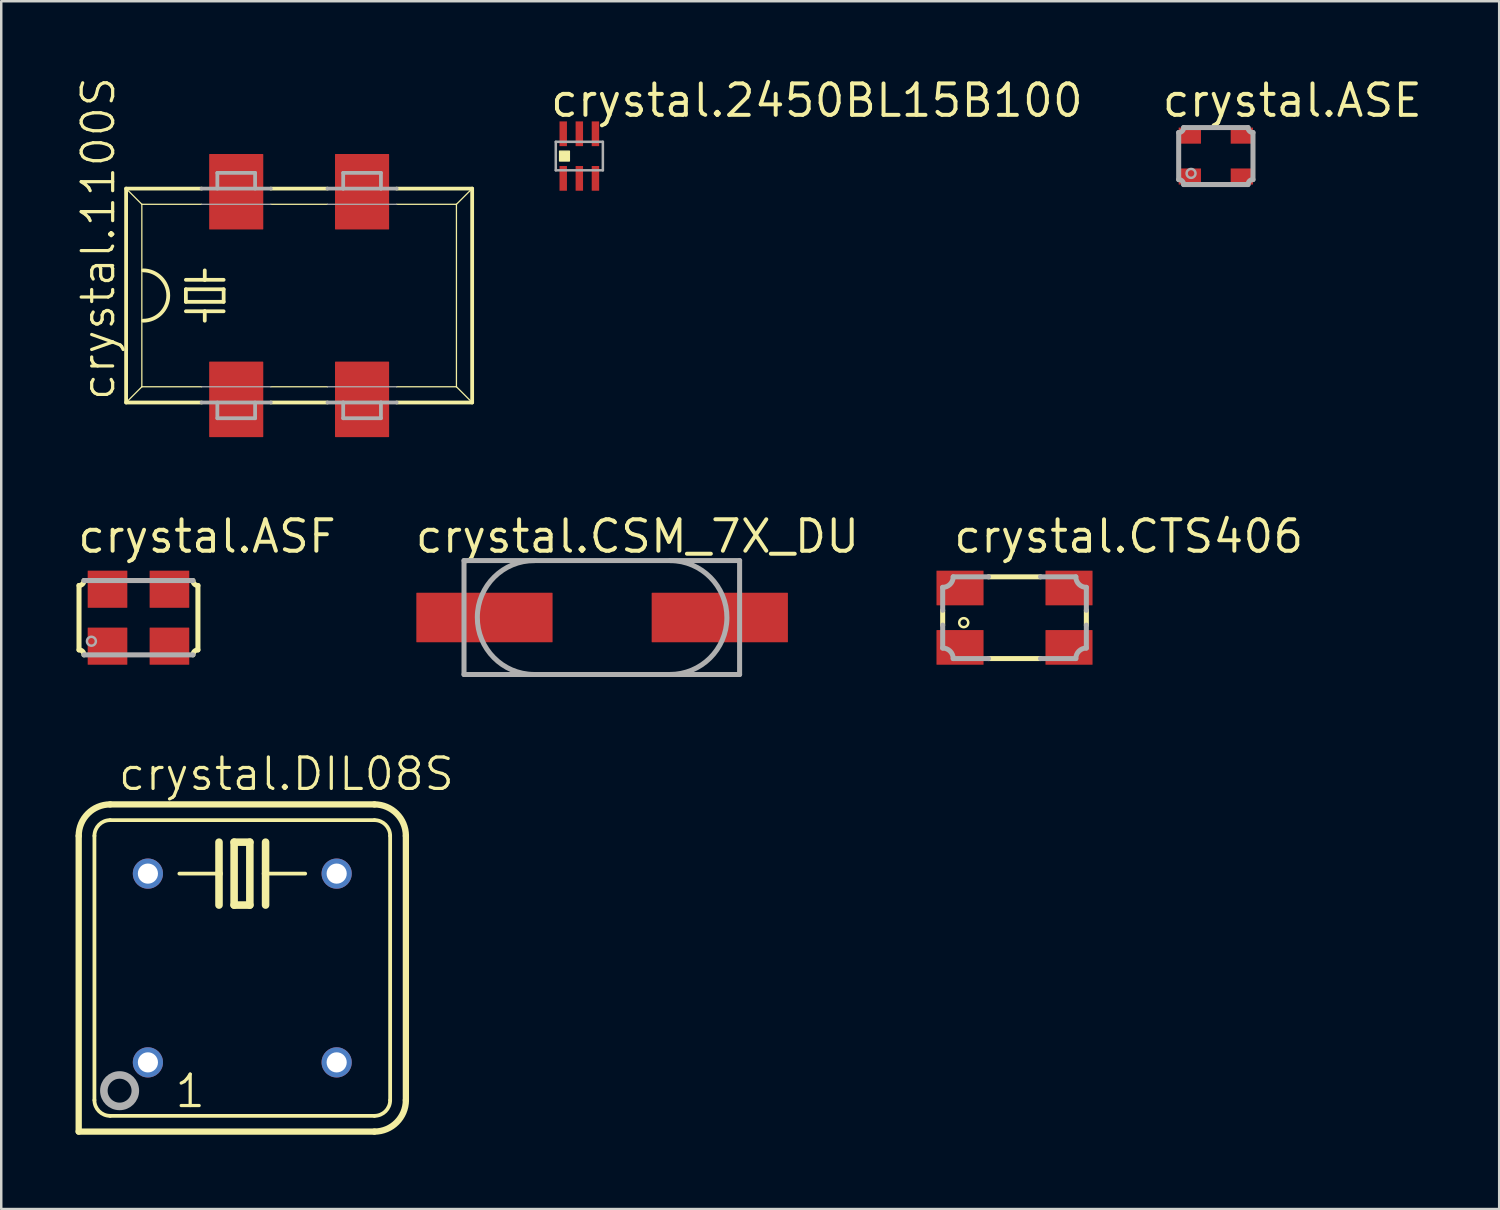
<source format=kicad_pcb>
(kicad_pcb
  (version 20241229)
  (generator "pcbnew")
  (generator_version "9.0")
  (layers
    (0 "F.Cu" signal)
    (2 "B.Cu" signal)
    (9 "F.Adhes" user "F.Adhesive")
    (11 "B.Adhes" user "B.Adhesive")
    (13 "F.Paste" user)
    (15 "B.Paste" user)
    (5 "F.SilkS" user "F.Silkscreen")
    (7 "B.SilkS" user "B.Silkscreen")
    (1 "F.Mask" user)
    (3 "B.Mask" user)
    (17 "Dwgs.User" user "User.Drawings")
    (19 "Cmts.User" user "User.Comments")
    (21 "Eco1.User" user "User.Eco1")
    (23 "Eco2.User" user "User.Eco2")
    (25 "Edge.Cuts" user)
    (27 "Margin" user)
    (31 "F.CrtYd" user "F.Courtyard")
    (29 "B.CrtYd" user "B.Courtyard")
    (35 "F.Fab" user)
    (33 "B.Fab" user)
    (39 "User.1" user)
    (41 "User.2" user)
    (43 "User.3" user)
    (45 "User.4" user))
  (footprint "crystal.DIL08S"
    (layer "F.Cu")
    (at 6.731 36.027)
    (property "Reference" "crystal.DIL08S" (at -5.08 -7.087 0) (layer "F.SilkS") (effects (font (size 1.27 1.27) (thickness 0.13)) (justify left bottom)))
    (attr through_hole)
    (fp_line (start -6.604 6.604) (end -6.604 -5.334) (stroke (width 0.254) (type default)) (layer "F.SilkS"))
    (fp_line (start -6.604 6.604) (end 5.334 6.604) (stroke (width 0.254) (type default)) (layer "F.SilkS"))
    (fp_line (start -5.969 -5.334) (end -5.969 5.334) (stroke (width 0.152) (type default)) (layer "F.SilkS"))
    (fp_line (start -5.334 5.969) (end 5.334 5.969) (stroke (width 0.152) (type default)) (layer "F.SilkS"))
    (fp_line (start -0.94 -5.08) (end -0.94 -3.81) (stroke (width 0.305) (type default)) (layer "F.SilkS"))
    (fp_line (start -0.94 -3.81) (end -2.54 -3.81) (stroke (width 0.152) (type default)) (layer "F.SilkS"))
    (fp_line (start -0.94 -3.81) (end -0.94 -2.54) (stroke (width 0.305) (type default)) (layer "F.SilkS"))
    (fp_line (start -0.33 -5.08) (end -0.33 -2.54) (stroke (width 0.305) (type default)) (layer "F.SilkS"))
    (fp_line (start -0.33 -2.54) (end 0.305 -2.54) (stroke (width 0.305) (type default)) (layer "F.SilkS"))
    (fp_line (start 0.305 -5.08) (end -0.33 -5.08) (stroke (width 0.305) (type default)) (layer "F.SilkS"))
    (fp_line (start 0.305 -2.54) (end 0.305 -5.08) (stroke (width 0.305) (type default)) (layer "F.SilkS"))
    (fp_line (start 0.94 -5.08) (end 0.94 -3.81) (stroke (width 0.305) (type default)) (layer "F.SilkS"))
    (fp_line (start 0.94 -3.81) (end 0.94 -2.54) (stroke (width 0.305) (type default)) (layer "F.SilkS"))
    (fp_line (start 0.94 -3.81) (end 2.54 -3.81) (stroke (width 0.152) (type default)) (layer "F.SilkS"))
    (fp_line (start 5.334 -6.604) (end -5.334 -6.604) (stroke (width 0.254) (type default)) (layer "F.SilkS"))
    (fp_line (start 5.334 -5.969) (end -5.334 -5.969) (stroke (width 0.152) (type default)) (layer "F.SilkS"))
    (fp_line (start 5.969 5.334) (end 5.969 -5.334) (stroke (width 0.152) (type default)) (layer "F.SilkS"))
    (fp_line (start 6.604 5.334) (end 6.604 -5.334) (stroke (width 0.254) (type default)) (layer "F.SilkS"))
    (fp_arc (start -6.604 -5.334) (mid -6.232026 -6.232026) (end -5.334 -6.604) (stroke (width 0.254) (type default)) (layer "F.SilkS"))
    (fp_arc (start -5.969 -5.334) (mid -5.783013 -5.783013) (end -5.334 -5.969) (stroke (width 0.1524) (type default)) (layer "F.SilkS"))
    (fp_arc (start -5.334 5.969) (mid -5.783013 5.783013) (end -5.969 5.334) (stroke (width 0.1524) (type default)) (layer "F.SilkS"))
    (fp_arc (start 5.334 -6.604) (mid 6.232026 -6.232026) (end 6.604 -5.334) (stroke (width 0.254) (type default)) (layer "F.SilkS"))
    (fp_arc (start 5.334 -5.969) (mid 5.783013 -5.783013) (end 5.969 -5.334) (stroke (width 0.1524) (type default)) (layer "F.SilkS"))
    (fp_arc (start 5.969 5.334) (mid 5.783013 5.783013) (end 5.334 5.969) (stroke (width 0.1524) (type default)) (layer "F.SilkS"))
    (fp_arc (start 6.604 5.334) (mid 6.232026 6.232026) (end 5.334 6.604) (stroke (width 0.254) (type default)) (layer "F.SilkS"))
    (fp_circle (center -4.953 4.953) (end -4.318 4.953) (stroke (width 0.305) (type default)) (fill no) (layer "F.Fab"))
    (fp_text user "1" (at -2.794 5.715 0) (layer "F.SilkS") (effects (font (size 1.27 1.27) (thickness 0.13)) (justify left bottom)))
    (pad "1" thru_hole circle (at -3.81 3.81) (size 1.219 1.219) (drill 0.813) (layers "*.Cu" "*.Mask"))
    (pad "4" thru_hole circle (at 3.81 3.81) (size 1.219 1.219) (drill 0.813) (layers "*.Cu" "*.Mask"))
    (pad "5" thru_hole circle (at 3.81 -3.81) (size 1.219 1.219) (drill 0.813) (layers "*.Cu" "*.Mask"))
    (pad "8" thru_hole circle (at -3.81 -3.81) (size 1.219 1.219) (drill 0.813) (layers "*.Cu" "*.Mask")))
  (footprint "crystal.CTS406"
    (layer "F.Cu")
    (at 37.905 21.886)
    (property "Reference" "crystal.CTS406" (at -2.54 -2.54 0) (layer "F.SilkS") (effects (font (size 1.27 1.27) (thickness 0.16)) (justify left bottom)))
    (attr smd)
    (fp_line (start -2.9 0.3) (end -2.9 -0.3) (stroke (width 0.203) (type default)) (layer "F.SilkS"))
    (fp_line (start -1.05 -1.65) (end 1.05 -1.65) (stroke (width 0.203) (type default)) (layer "F.SilkS"))
    (fp_line (start 1.05 1.65) (end -1.05 1.65) (stroke (width 0.203) (type default)) (layer "F.SilkS"))
    (fp_line (start 2.9 -0.3) (end 2.9 0.3) (stroke (width 0.203) (type default)) (layer "F.SilkS"))
    (fp_circle (center -2.05 0.2) (end -1.868 0.2) (stroke (width 0.1) (type default)) (fill no) (layer "F.SilkS"))
    (fp_line (start -2.9 -0.3) (end -2.9 -1.225) (stroke (width 0.203) (type default)) (layer "F.Fab"))
    (fp_line (start -2.9 1.225) (end -2.9 0.3) (stroke (width 0.203) (type default)) (layer "F.Fab"))
    (fp_line (start -2.475 -1.65) (end -1.05 -1.65) (stroke (width 0.203) (type default)) (layer "F.Fab"))
    (fp_line (start -1.05 1.65) (end -2.475 1.65) (stroke (width 0.203) (type default)) (layer "F.Fab"))
    (fp_line (start 1.05 -1.65) (end 2.475 -1.65) (stroke (width 0.203) (type default)) (layer "F.Fab"))
    (fp_line (start 2.475 1.65) (end 1.05 1.65) (stroke (width 0.203) (type default)) (layer "F.Fab"))
    (fp_line (start 2.9 -1.225) (end 2.9 -0.3) (stroke (width 0.203) (type default)) (layer "F.Fab"))
    (fp_line (start 2.9 0.3) (end 2.9 1.225) (stroke (width 0.203) (type default)) (layer "F.Fab"))
    (fp_arc (start -2.9 1.225) (mid -2.600004 1.350004) (end -2.475 1.65) (stroke (width 0.2032) (type default)) (layer "F.Fab"))
    (fp_arc (start -2.475 -1.65) (mid -2.600004 -1.350004) (end -2.9 -1.225) (stroke (width 0.2032) (type default)) (layer "F.Fab"))
    (fp_arc (start 2.475 1.65) (mid 2.600004 1.350004) (end 2.9 1.225) (stroke (width 0.2032) (type default)) (layer "F.Fab"))
    (fp_arc (start 2.9 -1.225) (mid 2.600004 -1.350004) (end 2.475 -1.65) (stroke (width 0.2032) (type default)) (layer "F.Fab"))
    (pad "1" smd roundrect (at -2.2 1.2) (size 1.9 1.4) (layers "F.Cu" "F.Mask" "F.Paste") (roundrect_rratio 0.01))
    (pad "2" smd roundrect (at 2.2 1.2) (size 1.9 1.4) (layers "F.Cu" "F.Mask" "F.Paste") (roundrect_rratio 0.01))
    (pad "3" smd roundrect (at 2.2 -1.2) (size 1.9 1.4) (layers "F.Cu" "F.Mask" "F.Paste") (roundrect_rratio 0.01))
    (pad "4" smd roundrect (at -2.2 -1.2) (size 1.9 1.4) (layers "F.Cu" "F.Mask" "F.Paste") (roundrect_rratio 0.01)))
  (footprint "crystal.ASE"
    (layer "F.Cu")
    (at 46.032 3.25)
    (property "Reference" "crystal.ASE" (at -2.25 -1.5 0) (layer "F.SilkS") (effects (font (size 1.27 1.27) (thickness 0.16)) (justify left bottom)))
    (attr smd)
    (fp_line (start -1.5 0.95) (end -1.5 -0.95) (stroke (width 0.203) (type default)) (layer "F.Fab"))
    (fp_line (start -1.3 -1.15) (end 1.3 -1.15) (stroke (width 0.203) (type default)) (layer "F.Fab"))
    (fp_line (start 1.3 1.15) (end -1.3 1.15) (stroke (width 0.203) (type default)) (layer "F.Fab"))
    (fp_line (start 1.5 -0.95) (end 1.5 0.95) (stroke (width 0.203) (type default)) (layer "F.Fab"))
    (fp_arc (start -1.5 0.95) (mid -1.358579 1.008579) (end -1.3 1.15) (stroke (width 0.2032) (type default)) (layer "F.Fab"))
    (fp_arc (start -1.3 -1.15) (mid -1.358579 -1.008579) (end -1.5 -0.95) (stroke (width 0.2032) (type default)) (layer "F.Fab"))
    (fp_arc (start 1.3 1.15) (mid 1.358579 1.008579) (end 1.5 0.95) (stroke (width 0.2032) (type default)) (layer "F.Fab"))
    (fp_arc (start 1.5 -0.95) (mid 1.358579 -1.008579) (end 1.3 -1.15) (stroke (width 0.2032) (type default)) (layer "F.Fab"))
    (fp_circle (center -1 0.7) (end -0.82 0.7) (stroke (width 0.1) (type default)) (fill no) (layer "F.Fab"))
    (pad "1" smd roundrect (at -1.05 0.825) (size 0.9 0.65) (layers "F.Cu" "F.Mask" "F.Paste") (roundrect_rratio 0.01))
    (pad "2" smd roundrect (at 1.05 0.825) (size 0.9 0.65) (layers "F.Cu" "F.Mask" "F.Paste") (roundrect_rratio 0.01))
    (pad "3" smd roundrect (at 1.05 -0.825 180) (size 0.9 0.65) (layers "F.Cu" "F.Mask" "F.Paste") (roundrect_rratio 0.01))
    (pad "4" smd roundrect (at -1.05 -0.825 180) (size 0.9 0.65) (layers "F.Cu" "F.Mask" "F.Paste") (roundrect_rratio 0.01)))
  (footprint "crystal.1100S"
    (layer "F.Cu")
    (at 9.026 8.881)
    (property "Reference" "crystal.1100S" (at -7.366 4.318 90) (layer "F.SilkS") (effects (font (size 1.27 1.27) (thickness 0.13)) (justify left bottom)))
    (attr smd)
    (fp_line (start -6.985 -4.318) (end -3.937 -4.318) (stroke (width 0.152) (type default)) (layer "F.SilkS"))
    (fp_line (start -6.985 4.318) (end -6.985 -4.318) (stroke (width 0.152) (type default)) (layer "F.SilkS"))
    (fp_line (start -6.985 4.318) (end -3.937 4.318) (stroke (width 0.152) (type default)) (layer "F.SilkS"))
    (fp_line (start -6.35 -3.683) (end -6.985 -4.318) (stroke (width 0.051) (type default)) (layer "F.SilkS"))
    (fp_line (start -6.35 -3.683) (end -6.35 3.683) (stroke (width 0.051) (type default)) (layer "F.SilkS"))
    (fp_line (start -6.35 3.683) (end -6.985 4.318) (stroke (width 0.051) (type default)) (layer "F.SilkS"))
    (fp_line (start -6.35 3.683) (end -3.937 3.683) (stroke (width 0.051) (type default)) (layer "F.SilkS"))
    (fp_line (start -4.572 -0.635) (end -3.81 -0.635) (stroke (width 0.152) (type default)) (layer "F.SilkS"))
    (fp_line (start -4.572 -0.254) (end -4.572 0.254) (stroke (width 0.152) (type default)) (layer "F.SilkS"))
    (fp_line (start -4.572 0.254) (end -3.048 0.254) (stroke (width 0.152) (type default)) (layer "F.SilkS"))
    (fp_line (start -4.572 0.635) (end -3.81 0.635) (stroke (width 0.152) (type default)) (layer "F.SilkS"))
    (fp_line (start -3.937 -3.683) (end -6.35 -3.683) (stroke (width 0.051) (type default)) (layer "F.SilkS"))
    (fp_line (start -3.81 -0.635) (end -3.81 -1.016) (stroke (width 0.152) (type default)) (layer "F.SilkS"))
    (fp_line (start -3.81 -0.635) (end -3.048 -0.635) (stroke (width 0.152) (type default)) (layer "F.SilkS"))
    (fp_line (start -3.81 0.635) (end -3.81 1.016) (stroke (width 0.152) (type default)) (layer "F.SilkS"))
    (fp_line (start -3.81 0.635) (end -3.048 0.635) (stroke (width 0.152) (type default)) (layer "F.SilkS"))
    (fp_line (start -3.048 -0.254) (end -4.572 -0.254) (stroke (width 0.152) (type default)) (layer "F.SilkS"))
    (fp_line (start -3.048 0.254) (end -3.048 -0.254) (stroke (width 0.152) (type default)) (layer "F.SilkS"))
    (fp_line (start -1.143 -4.318) (end 1.143 -4.318) (stroke (width 0.152) (type default)) (layer "F.SilkS"))
    (fp_line (start -1.143 3.683) (end 1.143 3.683) (stroke (width 0.051) (type default)) (layer "F.SilkS"))
    (fp_line (start -1.143 4.318) (end 1.143 4.318) (stroke (width 0.152) (type default)) (layer "F.SilkS"))
    (fp_line (start 1.143 -3.683) (end -1.143 -3.683) (stroke (width 0.051) (type default)) (layer "F.SilkS"))
    (fp_line (start 3.937 -4.318) (end 6.985 -4.318) (stroke (width 0.152) (type default)) (layer "F.SilkS"))
    (fp_line (start 3.937 3.683) (end 6.35 3.683) (stroke (width 0.051) (type default)) (layer "F.SilkS"))
    (fp_line (start 3.937 4.318) (end 6.985 4.318) (stroke (width 0.152) (type default)) (layer "F.SilkS"))
    (fp_line (start 6.35 -3.683) (end 3.937 -3.683) (stroke (width 0.051) (type default)) (layer "F.SilkS"))
    (fp_line (start 6.35 -3.683) (end 6.985 -4.318) (stroke (width 0.051) (type default)) (layer "F.SilkS"))
    (fp_line (start 6.35 3.683) (end 6.35 -3.683) (stroke (width 0.051) (type default)) (layer "F.SilkS"))
    (fp_line (start 6.35 3.683) (end 6.985 4.318) (stroke (width 0.051) (type default)) (layer "F.SilkS"))
    (fp_line (start 6.985 -4.318) (end 6.985 4.318) (stroke (width 0.152) (type default)) (layer "F.SilkS"))
    (fp_arc (start -6.3 -1.016) (mid -5.284 0) (end -6.3 1.016) (stroke (width 0.1524) (type default)) (layer "F.SilkS"))
    (fp_line (start -3.937 -4.318) (end -1.143 -4.318) (stroke (width 0.152) (type default)) (layer "F.Fab"))
    (fp_line (start -3.937 3.683) (end -1.143 3.683) (stroke (width 0.051) (type default)) (layer "F.Fab"))
    (fp_line (start -3.937 4.318) (end -1.143 4.318) (stroke (width 0.152) (type default)) (layer "F.Fab"))
    (fp_line (start -3.302 -4.953) (end -1.778 -4.953) (stroke (width 0.152) (type default)) (layer "F.Fab"))
    (fp_line (start -3.302 -4.318) (end -3.302 -4.953) (stroke (width 0.152) (type default)) (layer "F.Fab"))
    (fp_line (start -3.302 4.318) (end -3.302 4.953) (stroke (width 0.152) (type default)) (layer "F.Fab"))
    (fp_line (start -3.302 4.953) (end -1.778 4.953) (stroke (width 0.152) (type default)) (layer "F.Fab"))
    (fp_line (start -1.778 -4.318) (end -1.778 -4.953) (stroke (width 0.152) (type default)) (layer "F.Fab"))
    (fp_line (start -1.778 4.953) (end -1.778 4.318) (stroke (width 0.152) (type default)) (layer "F.Fab"))
    (fp_line (start -1.143 -3.683) (end -3.937 -3.683) (stroke (width 0.051) (type default)) (layer "F.Fab"))
    (fp_line (start 1.143 -4.318) (end 1.778 -4.318) (stroke (width 0.152) (type default)) (layer "F.Fab"))
    (fp_line (start 1.143 3.683) (end 3.937 3.683) (stroke (width 0.051) (type default)) (layer "F.Fab"))
    (fp_line (start 1.143 4.318) (end 1.778 4.318) (stroke (width 0.152) (type default)) (layer "F.Fab"))
    (fp_line (start 1.778 -4.953) (end 3.302 -4.953) (stroke (width 0.152) (type default)) (layer "F.Fab"))
    (fp_line (start 1.778 -4.318) (end 1.778 -4.953) (stroke (width 0.152) (type default)) (layer "F.Fab"))
    (fp_line (start 1.778 -4.318) (end 3.302 -4.318) (stroke (width 0.152) (type default)) (layer "F.Fab"))
    (fp_line (start 1.778 4.318) (end 1.778 4.953) (stroke (width 0.152) (type default)) (layer "F.Fab"))
    (fp_line (start 1.778 4.318) (end 3.302 4.318) (stroke (width 0.152) (type default)) (layer "F.Fab"))
    (fp_line (start 1.778 4.953) (end 3.302 4.953) (stroke (width 0.152) (type default)) (layer "F.Fab"))
    (fp_line (start 3.302 -4.318) (end 3.302 -4.953) (stroke (width 0.152) (type default)) (layer "F.Fab"))
    (fp_line (start 3.302 -4.318) (end 3.937 -4.318) (stroke (width 0.152) (type default)) (layer "F.Fab"))
    (fp_line (start 3.302 4.318) (end 3.937 4.318) (stroke (width 0.152) (type default)) (layer "F.Fab"))
    (fp_line (start 3.302 4.953) (end 3.302 4.318) (stroke (width 0.152) (type default)) (layer "F.Fab"))
    (fp_line (start 3.937 -3.683) (end 1.143 -3.683) (stroke (width 0.051) (type default)) (layer "F.Fab"))
    (pad "1" smd roundrect (at -2.54 4.191) (size 2.184 3.048) (layers "F.Cu" "F.Mask" "F.Paste") (roundrect_rratio 0.01))
    (pad "2" smd roundrect (at 2.54 4.191) (size 2.184 3.048) (layers "F.Cu" "F.Mask" "F.Paste") (roundrect_rratio 0.01))
    (pad "3" smd roundrect (at 2.54 -4.191) (size 2.184 3.048) (layers "F.Cu" "F.Mask" "F.Paste") (roundrect_rratio 0.01))
    (pad "4" smd roundrect (at -2.54 -4.191) (size 2.184 3.048) (layers "F.Cu" "F.Mask" "F.Paste") (roundrect_rratio 0.01)))
  (footprint "crystal.CSM_7X_DU"
    (layer "F.Cu")
    (at 21.257 21.879)
    (property "Reference" "crystal.CSM_7X_DU" (at -7.629 -2.533 0) (layer "F.SilkS") (effects (font (size 1.27 1.27) (thickness 0.16)) (justify left bottom)))
    (attr smd)
    (fp_line (start -5.575 -2.3) (end -2.725 -2.3) (stroke (width 0.203) (type default)) (layer "F.Fab"))
    (fp_line (start -5.575 2.3) (end -5.575 -2.3) (stroke (width 0.203) (type default)) (layer "F.Fab"))
    (fp_line (start -2.75 2.3) (end -5.575 2.3) (stroke (width 0.203) (type default)) (layer "F.Fab"))
    (fp_line (start -2.725 -2.3) (end 2.75 -2.3) (stroke (width 0.203) (type default)) (layer "F.Fab"))
    (fp_line (start 2.75 -2.3) (end 5.55 -2.3) (stroke (width 0.203) (type default)) (layer "F.Fab"))
    (fp_line (start 5.55 -2.3) (end 5.55 2.3) (stroke (width 0.203) (type default)) (layer "F.Fab"))
    (fp_line (start 5.55 2.3) (end -2.75 2.3) (stroke (width 0.203) (type default)) (layer "F.Fab"))
    (fp_arc (start -2.75 2.3) (mid -5.0375 -0.0125) (end -2.725 -2.3) (stroke (width 0.2032) (type default)) (layer "F.Fab"))
    (fp_arc (start 2.75 -2.3) (mid 5.0375 0.0125) (end 2.725 2.3) (stroke (width 0.2032) (type default)) (layer "F.Fab"))
    (pad "1" smd roundrect (at -4.75 0) (size 5.5 2) (layers "F.Cu" "F.Mask" "F.Paste") (roundrect_rratio 0.01))
    (pad "2" smd roundrect (at 4.75 0) (size 5.5 2) (layers "F.Cu" "F.Mask" "F.Paste") (roundrect_rratio 0.01)))
  (footprint "crystal.ASF"
    (layer "F.Cu")
    (at 2.54 21.886)
    (property "Reference" "crystal.ASF" (at -2.54 -2.54 0) (layer "F.SilkS") (effects (font (size 1.27 1.27) (thickness 0.16)) (justify left bottom)))
    (attr smd)
    (fp_line (start -2.4 1.3) (end -2.4 -1.3) (stroke (width 0.203) (type default)) (layer "F.SilkS"))
    (fp_line (start 2.4 -1.3) (end 2.4 1.3) (stroke (width 0.203) (type default)) (layer "F.SilkS"))
    (fp_arc (start -2.4 1.3) (mid -2.258579 1.358579) (end -2.2 1.5) (stroke (width 0.2032) (type default)) (layer "F.SilkS"))
    (fp_arc (start -2.2 -1.5) (mid -2.258579 -1.358579) (end -2.4 -1.3) (stroke (width 0.2032) (type default)) (layer "F.SilkS"))
    (fp_arc (start 2.2 1.5) (mid 2.258579 1.358579) (end 2.4 1.3) (stroke (width 0.2032) (type default)) (layer "F.SilkS"))
    (fp_arc (start 2.4 -1.3) (mid 2.258579 -1.358579) (end 2.2 -1.5) (stroke (width 0.2032) (type default)) (layer "F.SilkS"))
    (fp_line (start -2.2 -1.5) (end 2.2 -1.5) (stroke (width 0.203) (type default)) (layer "F.Fab"))
    (fp_line (start 2.2 1.5) (end -2.2 1.5) (stroke (width 0.203) (type default)) (layer "F.Fab"))
    (fp_circle (center -1.9 0.95) (end -1.72 0.95) (stroke (width 0.1) (type default)) (fill no) (layer "F.Fab"))
    (pad "1" smd roundrect (at -1.25 1.15) (size 1.6 1.5) (layers "F.Cu" "F.Mask" "F.Paste") (roundrect_rratio 0.01))
    (pad "2" smd roundrect (at 1.25 1.15) (size 1.6 1.5) (layers "F.Cu" "F.Mask" "F.Paste") (roundrect_rratio 0.01))
    (pad "3" smd roundrect (at 1.25 -1.15 180) (size 1.6 1.5) (layers "F.Cu" "F.Mask" "F.Paste") (roundrect_rratio 0.01))
    (pad "4" smd roundrect (at -1.25 -1.15 180) (size 1.6 1.5) (layers "F.Cu" "F.Mask" "F.Paste") (roundrect_rratio 0.01)))
  (footprint "crystal.2450BL15B100"
    (layer "F.Cu")
    (at 20.337 3.25)
    (property "Reference" "crystal.2450BL15B100" (at -1.25 -1.5 0) (layer "F.SilkS") (effects (font (size 1.27 1.27) (thickness 0.16)) (justify left bottom)))
    (attr smd)
    (fp_rect (start -0.8 0.2) (end -0.4 -0.2) (stroke (width 0.05) (type default)) (fill yes) (layer "F.SilkS"))
    (fp_line (start -0.95 -0.575) (end 0.95 -0.575) (stroke (width 0.102) (type default)) (layer "F.Fab"))
    (fp_line (start -0.95 0.575) (end -0.95 -0.575) (stroke (width 0.102) (type default)) (layer "F.Fab"))
    (fp_line (start 0.95 -0.575) (end 0.95 0.575) (stroke (width 0.102) (type default)) (layer "F.Fab"))
    (fp_line (start 0.95 0.575) (end -0.95 0.575) (stroke (width 0.102) (type default)) (layer "F.Fab"))
    (pad "1" smd roundrect (at -0.65 0.9) (size 0.3 1) (layers "F.Cu" "F.Mask" "F.Paste") (roundrect_rratio 0.01))
    (pad "2" smd roundrect (at 0 0.9) (size 0.3 1) (layers "F.Cu" "F.Mask" "F.Paste") (roundrect_rratio 0.01))
    (pad "3" smd roundrect (at 0.65 0.9) (size 0.3 1) (layers "F.Cu" "F.Mask" "F.Paste") (roundrect_rratio 0.01))
    (pad "4" smd roundrect (at 0.65 -0.9 180) (size 0.3 1) (layers "F.Cu" "F.Mask" "F.Paste") (roundrect_rratio 0.01))
    (pad "5" smd roundrect (at 0 -0.9 180) (size 0.3 1) (layers "F.Cu" "F.Mask" "F.Paste") (roundrect_rratio 0.01))
    (pad "6" smd roundrect (at -0.65 -0.9 180) (size 0.3 1) (layers "F.Cu" "F.Mask" "F.Paste") (roundrect_rratio 0.01)))
  (gr_rect
    (start -3 -3)
    (end 57.471 45.758)
    (stroke (width 0.1) (type default))
    (fill no)
    (layer "Edge.Cuts")))
</source>
